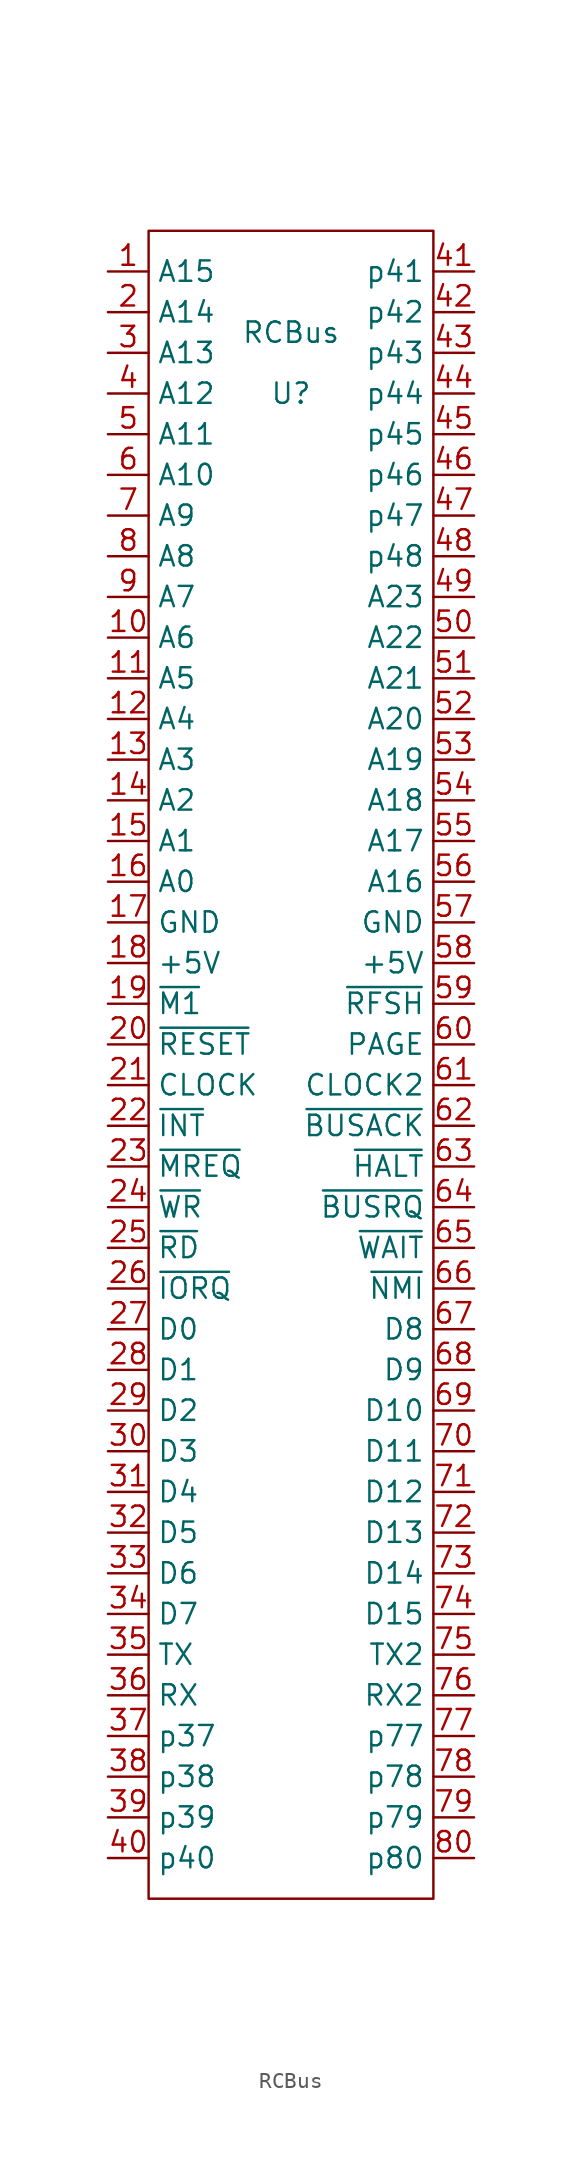
<source format=kicad_sym>
(kicad_symbol_lib
  (version 20211014)
  (generator kicad_symbol_editor)
  (symbol "RCBus"
    (property "Reference" "U"
      (at 0 40.64 0)
      (effects (font (size 1.27 1.27))))
    (property "Value" "RCBus"
      (at 0 44.45 0)
      (effects (font (size 1.27 1.27))))
    (symbol "RCBus_0_0"
      (pin bidirectional line (at -11.43 25.4 0) (length 2.54) (name "A6" (effects (font (size 1.27 1.27)))) (number "10" (effects (font (size 1.27 1.27)))))
      (pin bidirectional line (at -11.43 22.86 0) (length 2.54) (name "A5" (effects (font (size 1.27 1.27)))) (number "11" (effects (font (size 1.27 1.27)))))
      (pin bidirectional line (at -11.43 20.32 0) (length 2.54) (name "A4" (effects (font (size 1.27 1.27)))) (number "12" (effects (font (size 1.27 1.27)))))
      (pin bidirectional line (at -11.43 17.78 0) (length 2.54) (name "A3" (effects (font (size 1.27 1.27)))) (number "13" (effects (font (size 1.27 1.27)))))
      (pin bidirectional line (at -11.43 15.24 0) (length 2.54) (name "A2" (effects (font (size 1.27 1.27)))) (number "14" (effects (font (size 1.27 1.27)))))
      (pin bidirectional line (at -11.43 12.7 0) (length 2.54) (name "A1" (effects (font (size 1.27 1.27)))) (number "15" (effects (font (size 1.27 1.27)))))
      (pin bidirectional line (at -11.43 10.16 0) (length 2.54) (name "A0" (effects (font (size 1.27 1.27)))) (number "16" (effects (font (size 1.27 1.27)))))
      (pin bidirectional line (at -11.43 7.62 0) (length 2.54) (name "GND" (effects (font (size 1.27 1.27)))) (number "17" (effects (font (size 1.27 1.27)))))
      (pin bidirectional line (at -11.43 5.08 0) (length 2.54) (name "+5V" (effects (font (size 1.27 1.27)))) (number "18" (effects (font (size 1.27 1.27)))))
      (pin bidirectional line (at -11.43 2.54 0) (length 2.54) (name "~{M1}" (effects (font (size 1.27 1.27)))) (number "19" (effects (font (size 1.27 1.27)))))
      (pin bidirectional line (at -11.43 0 0) (length 2.54) (name "~{RESET}" (effects (font (size 1.27 1.27)))) (number "20" (effects (font (size 1.27 1.27)))))
      (pin bidirectional line (at -11.43 -2.54 0) (length 2.54) (name "CLOCK" (effects (font (size 1.27 1.27)))) (number "21" (effects (font (size 1.27 1.27)))))
      (pin bidirectional line (at -11.43 -5.08 0) (length 2.54) (name "~{INT}" (effects (font (size 1.27 1.27)))) (number "22" (effects (font (size 1.27 1.27)))))
      (pin bidirectional line (at -11.43 -7.62 0) (length 2.54) (name "~{MREQ}" (effects (font (size 1.27 1.27)))) (number "23" (effects (font (size 1.27 1.27)))))
      (pin bidirectional line (at -11.43 -10.16 0) (length 2.54) (name "~{WR}" (effects (font (size 1.27 1.27)))) (number "24" (effects (font (size 1.27 1.27)))))
      (pin bidirectional line (at -11.43 -12.7 0) (length 2.54) (name "~{RD}" (effects (font (size 1.27 1.27)))) (number "25" (effects (font (size 1.27 1.27)))))
      (pin bidirectional line (at -11.43 -15.24 0) (length 2.54) (name "~{IORQ}" (effects (font (size 1.27 1.27)))) (number "26" (effects (font (size 1.27 1.27)))))
      (pin bidirectional line (at -11.43 -17.78 0) (length 2.54) (name "D0" (effects (font (size 1.27 1.27)))) (number "27" (effects (font (size 1.27 1.27)))))
      (pin bidirectional line (at -11.43 -20.32 0) (length 2.54) (name "D1" (effects (font (size 1.27 1.27)))) (number "28" (effects (font (size 1.27 1.27)))))
      (pin bidirectional line (at -11.43 -22.86 0) (length 2.54) (name "D2" (effects (font (size 1.27 1.27)))) (number "29" (effects (font (size 1.27 1.27)))))
      (pin bidirectional line (at -11.43 43.18 0) (length 2.54) (name "A13" (effects (font (size 1.27 1.27)))) (number "3" (effects (font (size 1.27 1.27)))))
      (pin bidirectional line (at -11.43 -25.4 0) (length 2.54) (name "D3" (effects (font (size 1.27 1.27)))) (number "30" (effects (font (size 1.27 1.27)))))
      (pin bidirectional line (at -11.43 -27.94 0) (length 2.54) (name "D4" (effects (font (size 1.27 1.27)))) (number "31" (effects (font (size 1.27 1.27)))))
      (pin bidirectional line (at -11.43 -30.48 0) (length 2.54) (name "D5" (effects (font (size 1.27 1.27)))) (number "32" (effects (font (size 1.27 1.27)))))
      (pin bidirectional line (at -11.43 -33.02 0) (length 2.54) (name "D6" (effects (font (size 1.27 1.27)))) (number "33" (effects (font (size 1.27 1.27)))))
      (pin bidirectional line (at -11.43 -35.56 0) (length 2.54) (name "D7" (effects (font (size 1.27 1.27)))) (number "34" (effects (font (size 1.27 1.27)))))
      (pin bidirectional line (at -11.43 -38.1 0) (length 2.54) (name "TX" (effects (font (size 1.27 1.27)))) (number "35" (effects (font (size 1.27 1.27)))))
      (pin bidirectional line (at -11.43 -40.64 0) (length 2.54) (name "RX" (effects (font (size 1.27 1.27)))) (number "36" (effects (font (size 1.27 1.27)))))
      (pin bidirectional line (at -11.43 -43.18 0) (length 2.54) (name "p37" (effects (font (size 1.27 1.27)))) (number "37" (effects (font (size 1.27 1.27)))))
      (pin bidirectional line (at -11.43 -45.72 0) (length 2.54) (name "p38" (effects (font (size 1.27 1.27)))) (number "38" (effects (font (size 1.27 1.27)))))
      (pin bidirectional line (at -11.43 -48.26 0) (length 2.54) (name "p39" (effects (font (size 1.27 1.27)))) (number "39" (effects (font (size 1.27 1.27)))))
      (pin bidirectional line (at -11.43 40.64 0) (length 2.54) (name "A12" (effects (font (size 1.27 1.27)))) (number "4" (effects (font (size 1.27 1.27)))))
      (pin bidirectional line (at -11.43 -50.8 0) (length 2.54) (name "p40" (effects (font (size 1.27 1.27)))) (number "40" (effects (font (size 1.27 1.27)))))
      (pin bidirectional line (at 11.43 48.26 180) (length 2.54) (name "p41" (effects (font (size 1.27 1.27)))) (number "41" (effects (font (size 1.27 1.27)))))
      (pin bidirectional line (at 11.43 45.72 180) (length 2.54) (name "p42" (effects (font (size 1.27 1.27)))) (number "42" (effects (font (size 1.27 1.27)))))
      (pin bidirectional line (at 11.43 43.18 180) (length 2.54) (name "p43" (effects (font (size 1.27 1.27)))) (number "43" (effects (font (size 1.27 1.27)))))
      (pin bidirectional line (at 11.43 40.64 180) (length 2.54) (name "p44" (effects (font (size 1.27 1.27)))) (number "44" (effects (font (size 1.27 1.27)))))
      (pin bidirectional line (at 11.43 38.1 180) (length 2.54) (name "p45" (effects (font (size 1.27 1.27)))) (number "45" (effects (font (size 1.27 1.27)))))
      (pin bidirectional line (at 11.43 35.56 180) (length 2.54) (name "p46" (effects (font (size 1.27 1.27)))) (number "46" (effects (font (size 1.27 1.27)))))
      (pin bidirectional line (at 11.43 33.02 180) (length 2.54) (name "p47" (effects (font (size 1.27 1.27)))) (number "47" (effects (font (size 1.27 1.27)))))
      (pin bidirectional line (at 11.43 30.48 180) (length 2.54) (name "p48" (effects (font (size 1.27 1.27)))) (number "48" (effects (font (size 1.27 1.27)))))
      (pin bidirectional line (at 11.43 27.94 180) (length 2.54) (name "A23" (effects (font (size 1.27 1.27)))) (number "49" (effects (font (size 1.27 1.27)))))
      (pin bidirectional line (at -11.43 38.1 0) (length 2.54) (name "A11" (effects (font (size 1.27 1.27)))) (number "5" (effects (font (size 1.27 1.27)))))
      (pin bidirectional line (at 11.43 25.4 180) (length 2.54) (name "A22" (effects (font (size 1.27 1.27)))) (number "50" (effects (font (size 1.27 1.27)))))
      (pin bidirectional line (at 11.43 22.86 180) (length 2.54) (name "A21" (effects (font (size 1.27 1.27)))) (number "51" (effects (font (size 1.27 1.27)))))
      (pin bidirectional line (at 11.43 20.32 180) (length 2.54) (name "A20" (effects (font (size 1.27 1.27)))) (number "52" (effects (font (size 1.27 1.27)))))
      (pin bidirectional line (at 11.43 17.78 180) (length 2.54) (name "A19" (effects (font (size 1.27 1.27)))) (number "53" (effects (font (size 1.27 1.27)))))
      (pin bidirectional line (at 11.43 15.24 180) (length 2.54) (name "A18" (effects (font (size 1.27 1.27)))) (number "54" (effects (font (size 1.27 1.27)))))
      (pin bidirectional line (at 11.43 12.7 180) (length 2.54) (name "A17" (effects (font (size 1.27 1.27)))) (number "55" (effects (font (size 1.27 1.27)))))
      (pin bidirectional line (at 11.43 10.16 180) (length 2.54) (name "A16" (effects (font (size 1.27 1.27)))) (number "56" (effects (font (size 1.27 1.27)))))
      (pin bidirectional line (at 11.43 7.62 180) (length 2.54) (name "GND" (effects (font (size 1.27 1.27)))) (number "57" (effects (font (size 1.27 1.27)))))
      (pin bidirectional line (at 11.43 5.08 180) (length 2.54) (name "+5V" (effects (font (size 1.27 1.27)))) (number "58" (effects (font (size 1.27 1.27)))))
      (pin bidirectional line (at 11.43 2.54 180) (length 2.54) (name "~{RFSH}" (effects (font (size 1.27 1.27)))) (number "59" (effects (font (size 1.27 1.27)))))
      (pin bidirectional line (at -11.43 35.56 0) (length 2.54) (name "A10" (effects (font (size 1.27 1.27)))) (number "6" (effects (font (size 1.27 1.27)))))
      (pin bidirectional line (at 11.43 0 180) (length 2.54) (name "PAGE" (effects (font (size 1.27 1.27)))) (number "60" (effects (font (size 1.27 1.27)))))
      (pin bidirectional line (at 11.43 -2.54 180) (length 2.54) (name "CLOCK2" (effects (font (size 1.27 1.27)))) (number "61" (effects (font (size 1.27 1.27)))))
      (pin bidirectional line (at 11.43 -5.08 180) (length 2.54) (name "~{BUSACK}" (effects (font (size 1.27 1.27)))) (number "62" (effects (font (size 1.27 1.27)))))
      (pin bidirectional line (at 11.43 -7.62 180) (length 2.54) (name "~{HALT}" (effects (font (size 1.27 1.27)))) (number "63" (effects (font (size 1.27 1.27)))))
      (pin bidirectional line (at 11.43 -10.16 180) (length 2.54) (name "~{BUSRQ}" (effects (font (size 1.27 1.27)))) (number "64" (effects (font (size 1.27 1.27)))))
      (pin bidirectional line (at 11.43 -12.7 180) (length 2.54) (name "~{WAIT}" (effects (font (size 1.27 1.27)))) (number "65" (effects (font (size 1.27 1.27)))))
      (pin bidirectional line (at 11.43 -15.24 180) (length 2.54) (name "~{NMI}" (effects (font (size 1.27 1.27)))) (number "66" (effects (font (size 1.27 1.27)))))
      (pin bidirectional line (at 11.43 -17.78 180) (length 2.54) (name "D8" (effects (font (size 1.27 1.27)))) (number "67" (effects (font (size 1.27 1.27)))))
      (pin bidirectional line (at 11.43 -20.32 180) (length 2.54) (name "D9" (effects (font (size 1.27 1.27)))) (number "68" (effects (font (size 1.27 1.27)))))
      (pin bidirectional line (at 11.43 -22.86 180) (length 2.54) (name "D10" (effects (font (size 1.27 1.27)))) (number "69" (effects (font (size 1.27 1.27)))))
      (pin bidirectional line (at -11.43 33.02 0) (length 2.54) (name "A9" (effects (font (size 1.27 1.27)))) (number "7" (effects (font (size 1.27 1.27)))))
      (pin bidirectional line (at 11.43 -25.4 180) (length 2.54) (name "D11" (effects (font (size 1.27 1.27)))) (number "70" (effects (font (size 1.27 1.27)))))
      (pin bidirectional line (at 11.43 -27.94 180) (length 2.54) (name "D12" (effects (font (size 1.27 1.27)))) (number "71" (effects (font (size 1.27 1.27)))))
      (pin bidirectional line (at 11.43 -30.48 180) (length 2.54) (name "D13" (effects (font (size 1.27 1.27)))) (number "72" (effects (font (size 1.27 1.27)))))
      (pin bidirectional line (at 11.43 -33.02 180) (length 2.54) (name "D14" (effects (font (size 1.27 1.27)))) (number "73" (effects (font (size 1.27 1.27)))))
      (pin bidirectional line (at 11.43 -35.56 180) (length 2.54) (name "D15" (effects (font (size 1.27 1.27)))) (number "74" (effects (font (size 1.27 1.27)))))
      (pin bidirectional line (at 11.43 -38.1 180) (length 2.54) (name "TX2" (effects (font (size 1.27 1.27)))) (number "75" (effects (font (size 1.27 1.27)))))
      (pin bidirectional line (at 11.43 -40.64 180) (length 2.54) (name "RX2" (effects (font (size 1.27 1.27)))) (number "76" (effects (font (size 1.27 1.27)))))
      (pin bidirectional line (at 11.43 -43.18 180) (length 2.54) (name "p77" (effects (font (size 1.27 1.27)))) (number "77" (effects (font (size 1.27 1.27)))))
      (pin bidirectional line (at 11.43 -45.72 180) (length 2.54) (name "p78" (effects (font (size 1.27 1.27)))) (number "78" (effects (font (size 1.27 1.27)))))
      (pin bidirectional line (at 11.43 -48.26 180) (length 2.54) (name "p79" (effects (font (size 1.27 1.27)))) (number "79" (effects (font (size 1.27 1.27)))))
      (pin bidirectional line (at -11.43 30.48 0) (length 2.54) (name "A8" (effects (font (size 1.27 1.27)))) (number "8" (effects (font (size 1.27 1.27)))))
      (pin bidirectional line (at 11.43 -50.8 180) (length 2.54) (name "p80" (effects (font (size 1.27 1.27)))) (number "80" (effects (font (size 1.27 1.27)))))
      (pin bidirectional line (at -11.43 27.94 0) (length 2.54) (name "A7" (effects (font (size 1.27 1.27)))) (number "9" (effects (font (size 1.27 1.27))))))
    (symbol "RCBus_0_1"
      (rectangle (start -8.89 50.8) (end 8.89 -53.34) (stroke (width 0) (type default) (color 0 0 0 0)) (fill (type none))))
    (symbol "RCBus_1_1"
      (pin bidirectional line (at -11.43 48.26 0) (length 2.54) (name "A15" (effects (font (size 1.27 1.27)))) (number "1" (effects (font (size 1.27 1.27)))))
      (pin bidirectional line (at -11.43 45.72 0) (length 2.54) (name "A14" (effects (font (size 1.27 1.27)))) (number "2" (effects (font (size 1.27 1.27))))))))
</source>
